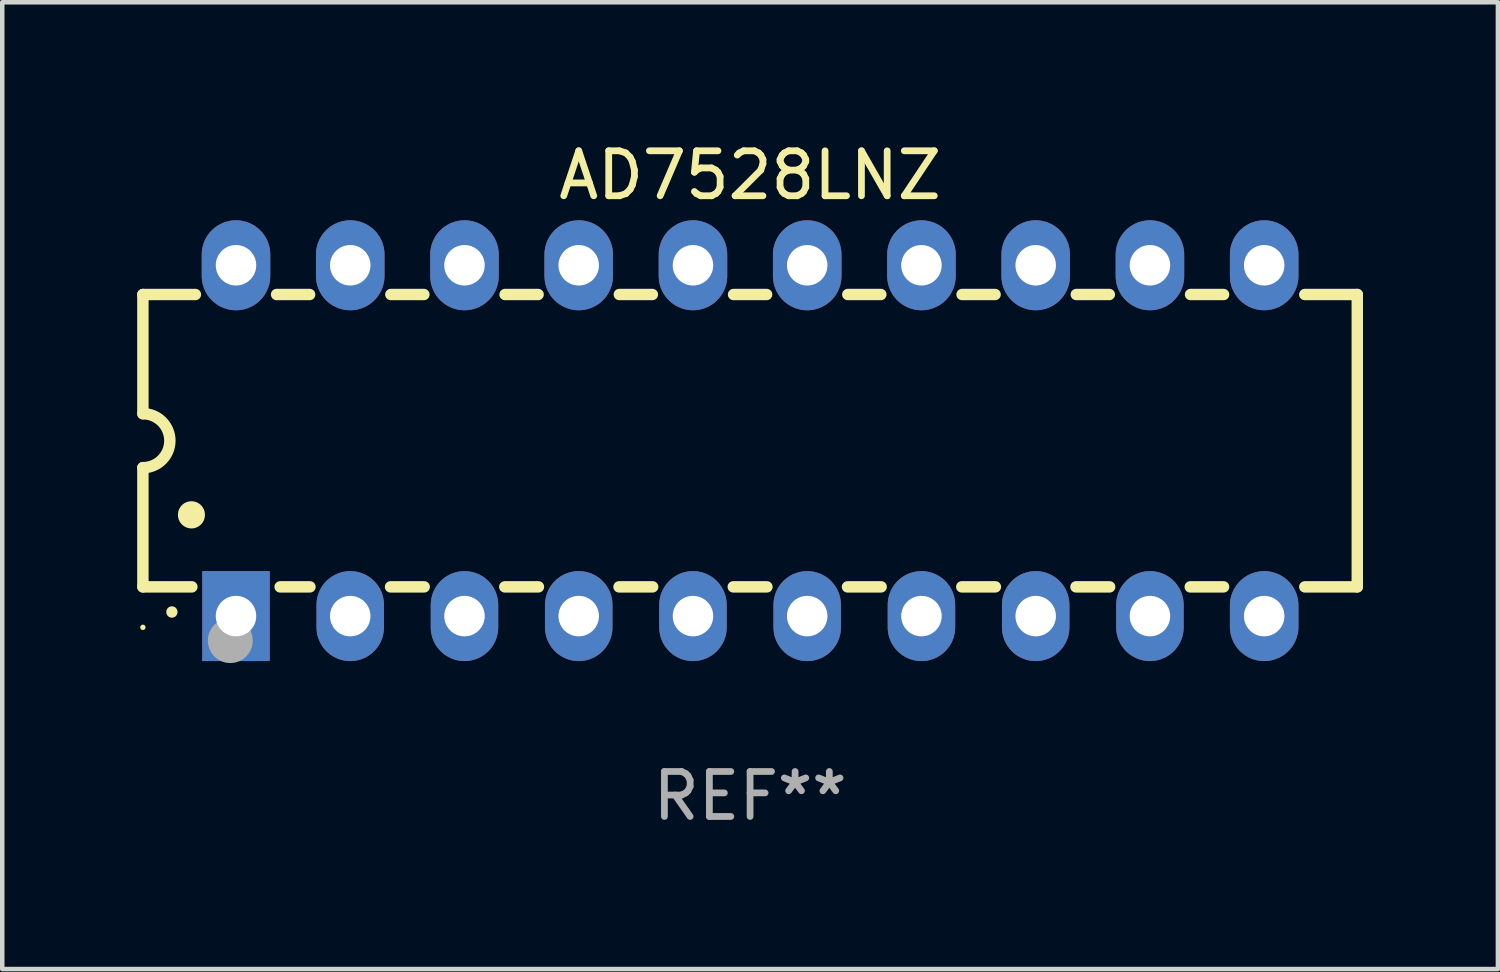
<source format=kicad_pcb>
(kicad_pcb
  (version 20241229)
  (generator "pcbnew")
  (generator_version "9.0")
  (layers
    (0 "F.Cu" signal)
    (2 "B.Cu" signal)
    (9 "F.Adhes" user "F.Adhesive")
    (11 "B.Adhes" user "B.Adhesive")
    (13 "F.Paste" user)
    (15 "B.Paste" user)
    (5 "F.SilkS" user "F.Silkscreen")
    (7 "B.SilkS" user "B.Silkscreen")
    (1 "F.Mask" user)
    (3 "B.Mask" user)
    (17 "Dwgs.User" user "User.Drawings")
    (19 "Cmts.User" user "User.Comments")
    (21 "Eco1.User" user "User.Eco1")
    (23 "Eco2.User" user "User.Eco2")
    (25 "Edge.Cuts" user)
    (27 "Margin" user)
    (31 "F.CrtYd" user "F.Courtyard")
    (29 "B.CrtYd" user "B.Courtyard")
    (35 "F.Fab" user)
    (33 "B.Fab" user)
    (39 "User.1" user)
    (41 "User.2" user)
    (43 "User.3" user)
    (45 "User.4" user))
  (footprint "AD7528LNZ"
    (layer "F.Cu")
    (at 13.627 6.748)
    (property "Reference" "AD7528LNZ" (at 0 -5.9 0) (layer "F.SilkS") (effects (font (size 1 1) (thickness 0.15))))
    (attr through_hole)
    (fp_line (start -13.5 -3.25) (end -12.333 -3.25) (stroke (width 0.254) (type solid)) (layer "F.SilkS"))
    (fp_line (start -13.5 -0.6) (end -13.5 -3.25) (stroke (width 0.254) (type solid)) (layer "F.SilkS"))
    (fp_line (start -13.5 3.25) (end -13.5 0.6) (stroke (width 0.254) (type solid)) (layer "F.SilkS"))
    (fp_line (start -13.5 3.25) (end -12.411 3.25) (stroke (width 0.254) (type solid)) (layer "F.SilkS"))
    (fp_line (start -10.527 -3.25) (end -9.793 -3.25) (stroke (width 0.254) (type solid)) (layer "F.SilkS"))
    (fp_line (start -10.449 3.25) (end -9.786 3.25) (stroke (width 0.254) (type solid)) (layer "F.SilkS"))
    (fp_line (start -7.994 3.25) (end -7.246 3.25) (stroke (width 0.254) (type solid)) (layer "F.SilkS"))
    (fp_line (start -7.987 -3.25) (end -7.253 -3.25) (stroke (width 0.254) (type solid)) (layer "F.SilkS"))
    (fp_line (start -5.454 3.25) (end -4.706 3.25) (stroke (width 0.254) (type solid)) (layer "F.SilkS"))
    (fp_line (start -5.447 -3.25) (end -4.713 -3.25) (stroke (width 0.254) (type solid)) (layer "F.SilkS"))
    (fp_line (start -2.914 3.25) (end -2.166 3.25) (stroke (width 0.254) (type solid)) (layer "F.SilkS"))
    (fp_line (start -2.907 -3.25) (end -2.173 -3.25) (stroke (width 0.254) (type solid)) (layer "F.SilkS"))
    (fp_line (start -0.374 3.25) (end 0.374 3.25) (stroke (width 0.254) (type solid)) (layer "F.SilkS"))
    (fp_line (start -0.367 -3.25) (end 0.367 -3.25) (stroke (width 0.254) (type solid)) (layer "F.SilkS"))
    (fp_line (start 2.166 3.25) (end 2.914 3.25) (stroke (width 0.254) (type solid)) (layer "F.SilkS"))
    (fp_line (start 2.173 -3.25) (end 2.907 -3.25) (stroke (width 0.254) (type solid)) (layer "F.SilkS"))
    (fp_line (start 4.706 3.25) (end 5.454 3.25) (stroke (width 0.254) (type solid)) (layer "F.SilkS"))
    (fp_line (start 4.713 -3.25) (end 5.447 -3.25) (stroke (width 0.254) (type solid)) (layer "F.SilkS"))
    (fp_line (start 7.246 3.25) (end 7.994 3.25) (stroke (width 0.254) (type solid)) (layer "F.SilkS"))
    (fp_line (start 7.253 -3.25) (end 7.987 -3.25) (stroke (width 0.254) (type solid)) (layer "F.SilkS"))
    (fp_line (start 9.786 3.25) (end 10.527 3.25) (stroke (width 0.254) (type solid)) (layer "F.SilkS"))
    (fp_line (start 9.793 -3.25) (end 10.527 -3.25) (stroke (width 0.254) (type solid)) (layer "F.SilkS"))
    (fp_line (start 12.333 -3.25) (end 13.5 -3.25) (stroke (width 0.254) (type solid)) (layer "F.SilkS"))
    (fp_line (start 12.333 3.25) (end 13.5 3.25) (stroke (width 0.254) (type solid)) (layer "F.SilkS"))
    (fp_line (start 13.5 -3.25) (end 13.5 3.25) (stroke (width 0.254) (type solid)) (layer "F.SilkS"))
    (fp_arc (start -13.500127 -0.599442) (mid -12.900406 0.000228) (end -13.500025 0.6) (stroke (width 0.254001) (type solid)) (layer "F.SilkS"))
    (fp_arc (start -12.854966 3.810008) (mid -12.854973 3.808738) (end -12.854966 3.807468) (stroke (width 0.25) (type solid)) (layer "F.SilkS"))
    (fp_arc (start -12.420625 1.651003) (mid -12.420636 1.648463) (end -12.420625 1.645923) (stroke (width 0.6) (type solid)) (layer "F.SilkS"))
    (fp_circle (center -13.5 4.15) (end -13.47 4.15) (stroke (width 0.06) (type solid)) (fill no) (layer "F.SilkS"))
    (fp_circle (center -11.557 4.445) (end -11.307 4.445) (stroke (width 0.5) (type solid)) (fill no) (layer "F.Fab"))
    (fp_text user "REF**" (at 0 7.9 0) (layer "F.Fab") (effects (font (size 1 1) (thickness 0.15))))
    (pad "1" thru_hole rect (at -11.43 3.9 90) (size 2 1.5) (drill 0.9) (layers "*.Cu" "*.Mask"))
    (pad "2" thru_hole oval (at -8.89 3.9 90) (size 2 1.5) (drill 0.9) (layers "*.Cu" "*.Mask"))
    (pad "3" thru_hole oval (at -6.35 3.9 90) (size 2 1.5) (drill 0.9) (layers "*.Cu" "*.Mask"))
    (pad "4" thru_hole oval (at -3.81 3.9 90) (size 2 1.5) (drill 0.9) (layers "*.Cu" "*.Mask"))
    (pad "5" thru_hole oval (at -1.27 3.9 90) (size 2 1.5) (drill 0.9) (layers "*.Cu" "*.Mask"))
    (pad "6" thru_hole oval (at 1.27 3.9 90) (size 2 1.5) (drill 0.9) (layers "*.Cu" "*.Mask"))
    (pad "7" thru_hole oval (at 3.81 3.9 90) (size 2 1.5) (drill 0.9) (layers "*.Cu" "*.Mask"))
    (pad "8" thru_hole oval (at 6.35 3.9 90) (size 2 1.5) (drill 0.9) (layers "*.Cu" "*.Mask"))
    (pad "9" thru_hole oval (at 8.89 3.9 90) (size 2 1.5) (drill 0.9) (layers "*.Cu" "*.Mask"))
    (pad "10" thru_hole oval (at 11.43 3.9 90) (size 2 1.524) (drill 0.9) (layers "*.Cu" "*.Mask"))
    (pad "11" thru_hole oval (at 11.43 -3.9 90) (size 2 1.524) (drill 0.9) (layers "*.Cu" "*.Mask"))
    (pad "12" thru_hole oval (at 8.89 -3.9 90) (size 2 1.524) (drill 0.9) (layers "*.Cu" "*.Mask"))
    (pad "13" thru_hole oval (at 6.35 -3.9 90) (size 2 1.524) (drill 0.9) (layers "*.Cu" "*.Mask"))
    (pad "14" thru_hole oval (at 3.81 -3.9 90) (size 2 1.524) (drill 0.9) (layers "*.Cu" "*.Mask"))
    (pad "15" thru_hole oval (at 1.27 -3.9 90) (size 2 1.524) (drill 0.9) (layers "*.Cu" "*.Mask"))
    (pad "16" thru_hole oval (at -1.27 -3.9 90) (size 2 1.524) (drill 0.9) (layers "*.Cu" "*.Mask"))
    (pad "17" thru_hole oval (at -3.81 -3.9 90) (size 2 1.524) (drill 0.9) (layers "*.Cu" "*.Mask"))
    (pad "18" thru_hole oval (at -6.35 -3.9 90) (size 2 1.524) (drill 0.9) (layers "*.Cu" "*.Mask"))
    (pad "19" thru_hole oval (at -8.89 -3.9 90) (size 2 1.524) (drill 0.9) (layers "*.Cu" "*.Mask"))
    (pad "20" thru_hole oval (at -11.43 -3.9 90) (size 2 1.524) (drill 0.9) (layers "*.Cu" "*.Mask")))
  (gr_rect
    (start -3 -3)
    (end 30.254 18.496)
    (stroke (width 0.1) (type default))
    (fill no)
    (layer "Edge.Cuts")))
</source>
